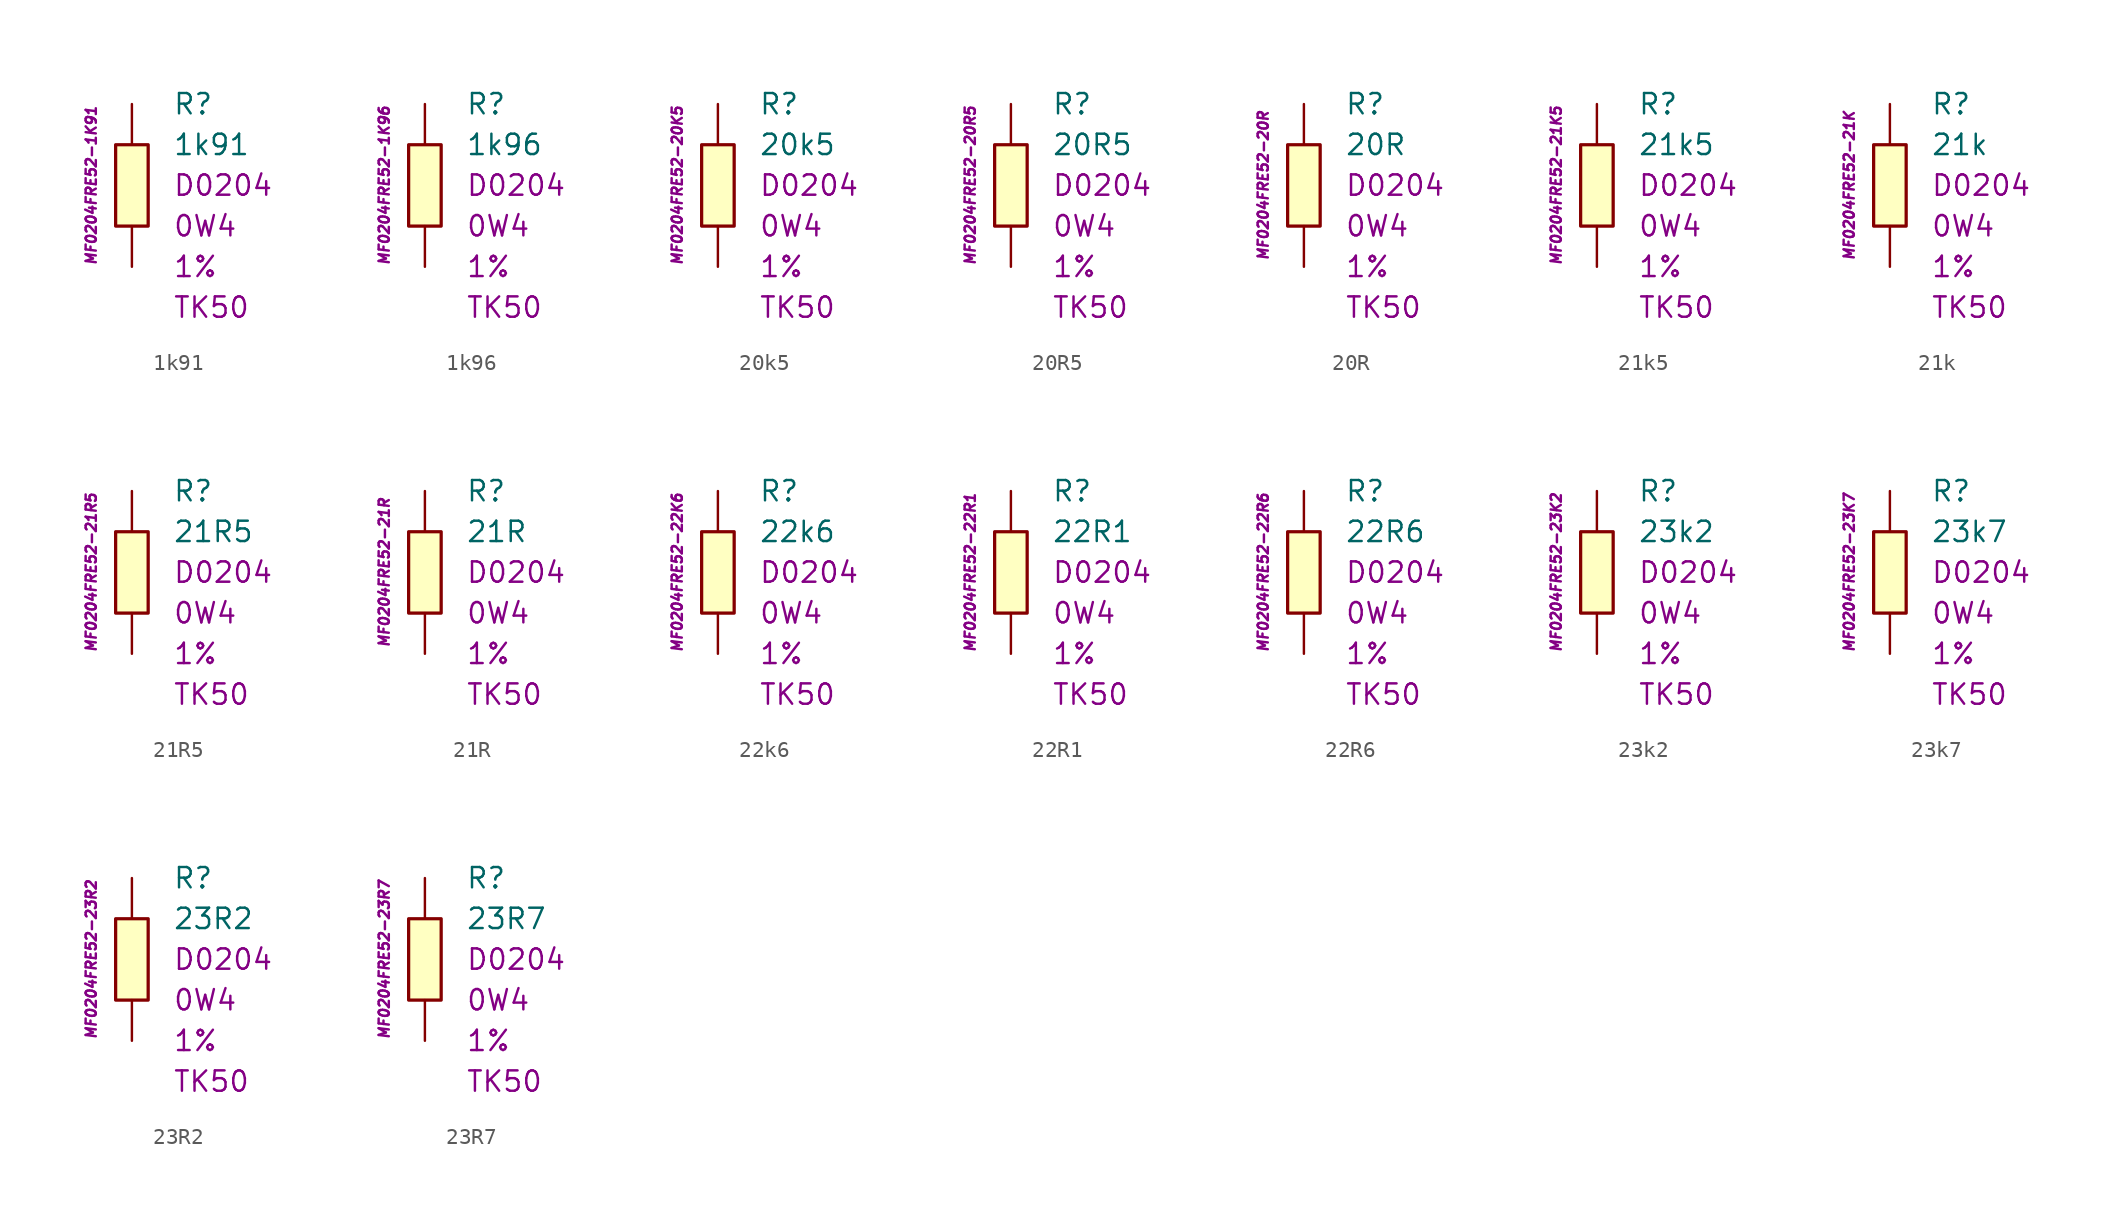
<source format=kicad_sym>
(kicad_symbol_lib
  (version 20201005)
  (generator kicad_symbol_editor)
  (symbol "1k91"
    (pin_numbers hide)
    (pin_names
      (offset 1.016) hide)
    (property "Reference" "R"
      (at 2.54 5.08 0)
      (effects (font (size 1.27 1.27)) (justify left)))
    (property "Value" "1k91"
      (at 2.54 2.54 0)
      (effects (font (size 1.27 1.27)) (justify left)))
    (property "Package" "D0204"
      (at 2.54 0 0)
      (effects (font (size 1.27 1.27)) (justify left)))
    (property "Power" "0W4"
      (at 2.54 -2.54 0)
      (effects (font (size 1.27 1.27)) (justify left)))
    (property "Tolerance" "1%"
      (at 2.54 -5.08 0)
      (effects (font (size 1.27 1.27)) (justify left)))
    (property "TK" "TK50"
      (at 2.54 -7.62 0)
      (effects (font (size 1.27 1.27)) (justify left)))
    (property "ID" "MF0204FRE52-1K91"
      (at -2.54 0 90)
      (effects (font (size 0.635 0.635) italic)))
    (symbol "1k91_0_1"
      (rectangle (start -1.016 2.54) (end 1.016 -2.54) (stroke (width 0.203)) (fill (type background))))
    (symbol "1k91_1_1"
      (pin passive line (at 0 5.08 270) (length 2.54) (name "~" (effects (font (size 1.778 1.778)))) (number "1" (effects (font (size 1.778 1.778)))))
      (pin passive line (at 0 -5.08 90) (length 2.54) (name "~" (effects (font (size 1.778 1.778)))) (number "2" (effects (font (size 1.778 1.778)))))))
  (symbol "1k96"
    (pin_numbers hide)
    (pin_names
      (offset 1.016) hide)
    (property "Reference" "R"
      (at 2.54 5.08 0)
      (effects (font (size 1.27 1.27)) (justify left)))
    (property "Value" "1k96"
      (at 2.54 2.54 0)
      (effects (font (size 1.27 1.27)) (justify left)))
    (property "Package" "D0204"
      (at 2.54 0 0)
      (effects (font (size 1.27 1.27)) (justify left)))
    (property "Power" "0W4"
      (at 2.54 -2.54 0)
      (effects (font (size 1.27 1.27)) (justify left)))
    (property "Tolerance" "1%"
      (at 2.54 -5.08 0)
      (effects (font (size 1.27 1.27)) (justify left)))
    (property "TK" "TK50"
      (at 2.54 -7.62 0)
      (effects (font (size 1.27 1.27)) (justify left)))
    (property "ID" "MF0204FRE52-1K96"
      (at -2.54 0 90)
      (effects (font (size 0.635 0.635) italic)))
    (symbol "1k96_0_1"
      (rectangle (start -1.016 2.54) (end 1.016 -2.54) (stroke (width 0.203)) (fill (type background))))
    (symbol "1k96_1_1"
      (pin passive line (at 0 5.08 270) (length 2.54) (name "~" (effects (font (size 1.778 1.778)))) (number "1" (effects (font (size 1.778 1.778)))))
      (pin passive line (at 0 -5.08 90) (length 2.54) (name "~" (effects (font (size 1.778 1.778)))) (number "2" (effects (font (size 1.778 1.778)))))))
  (symbol "20k5"
    (pin_numbers hide)
    (pin_names
      (offset 1.016) hide)
    (property "Reference" "R"
      (at 2.54 5.08 0)
      (effects (font (size 1.27 1.27)) (justify left)))
    (property "Value" "20k5"
      (at 2.54 2.54 0)
      (effects (font (size 1.27 1.27)) (justify left)))
    (property "Package" "D0204"
      (at 2.54 0 0)
      (effects (font (size 1.27 1.27)) (justify left)))
    (property "Power" "0W4"
      (at 2.54 -2.54 0)
      (effects (font (size 1.27 1.27)) (justify left)))
    (property "Tolerance" "1%"
      (at 2.54 -5.08 0)
      (effects (font (size 1.27 1.27)) (justify left)))
    (property "TK" "TK50"
      (at 2.54 -7.62 0)
      (effects (font (size 1.27 1.27)) (justify left)))
    (property "ID" "MF0204FRE52-20K5"
      (at -2.54 0 90)
      (effects (font (size 0.635 0.635) italic)))
    (symbol "20k5_0_1"
      (rectangle (start -1.016 2.54) (end 1.016 -2.54) (stroke (width 0.203)) (fill (type background))))
    (symbol "20k5_1_1"
      (pin passive line (at 0 5.08 270) (length 2.54) (name "~" (effects (font (size 1.778 1.778)))) (number "1" (effects (font (size 1.778 1.778)))))
      (pin passive line (at 0 -5.08 90) (length 2.54) (name "~" (effects (font (size 1.778 1.778)))) (number "2" (effects (font (size 1.778 1.778)))))))
  (symbol "20R5"
    (pin_numbers hide)
    (pin_names
      (offset 1.016) hide)
    (property "Reference" "R"
      (at 2.54 5.08 0)
      (effects (font (size 1.27 1.27)) (justify left)))
    (property "Value" "20R5"
      (at 2.54 2.54 0)
      (effects (font (size 1.27 1.27)) (justify left)))
    (property "Package" "D0204"
      (at 2.54 0 0)
      (effects (font (size 1.27 1.27)) (justify left)))
    (property "Power" "0W4"
      (at 2.54 -2.54 0)
      (effects (font (size 1.27 1.27)) (justify left)))
    (property "Tolerance" "1%"
      (at 2.54 -5.08 0)
      (effects (font (size 1.27 1.27)) (justify left)))
    (property "TK" "TK50"
      (at 2.54 -7.62 0)
      (effects (font (size 1.27 1.27)) (justify left)))
    (property "ID" "MF0204FRE52-20R5"
      (at -2.54 0 90)
      (effects (font (size 0.635 0.635) italic)))
    (symbol "20R5_0_1"
      (rectangle (start -1.016 2.54) (end 1.016 -2.54) (stroke (width 0.203)) (fill (type background))))
    (symbol "20R5_1_1"
      (pin passive line (at 0 5.08 270) (length 2.54) (name "~" (effects (font (size 1.778 1.778)))) (number "1" (effects (font (size 1.778 1.778)))))
      (pin passive line (at 0 -5.08 90) (length 2.54) (name "~" (effects (font (size 1.778 1.778)))) (number "2" (effects (font (size 1.778 1.778)))))))
  (symbol "20R"
    (pin_numbers hide)
    (pin_names
      (offset 1.016) hide)
    (property "Reference" "R"
      (at 2.54 5.08 0)
      (effects (font (size 1.27 1.27)) (justify left)))
    (property "Value" "20R"
      (at 2.54 2.54 0)
      (effects (font (size 1.27 1.27)) (justify left)))
    (property "Package" "D0204"
      (at 2.54 0 0)
      (effects (font (size 1.27 1.27)) (justify left)))
    (property "Power" "0W4"
      (at 2.54 -2.54 0)
      (effects (font (size 1.27 1.27)) (justify left)))
    (property "Tolerance" "1%"
      (at 2.54 -5.08 0)
      (effects (font (size 1.27 1.27)) (justify left)))
    (property "TK" "TK50"
      (at 2.54 -7.62 0)
      (effects (font (size 1.27 1.27)) (justify left)))
    (property "ID" "MF0204FRE52-20R"
      (at -2.54 0 90)
      (effects (font (size 0.635 0.635) italic)))
    (symbol "20R_0_1"
      (rectangle (start -1.016 2.54) (end 1.016 -2.54) (stroke (width 0.203)) (fill (type background))))
    (symbol "20R_1_1"
      (pin passive line (at 0 5.08 270) (length 2.54) (name "~" (effects (font (size 1.778 1.778)))) (number "1" (effects (font (size 1.778 1.778)))))
      (pin passive line (at 0 -5.08 90) (length 2.54) (name "~" (effects (font (size 1.778 1.778)))) (number "2" (effects (font (size 1.778 1.778)))))))
  (symbol "21k5"
    (pin_numbers hide)
    (pin_names
      (offset 1.016) hide)
    (property "Reference" "R"
      (at 2.54 5.08 0)
      (effects (font (size 1.27 1.27)) (justify left)))
    (property "Value" "21k5"
      (at 2.54 2.54 0)
      (effects (font (size 1.27 1.27)) (justify left)))
    (property "Package" "D0204"
      (at 2.54 0 0)
      (effects (font (size 1.27 1.27)) (justify left)))
    (property "Power" "0W4"
      (at 2.54 -2.54 0)
      (effects (font (size 1.27 1.27)) (justify left)))
    (property "Tolerance" "1%"
      (at 2.54 -5.08 0)
      (effects (font (size 1.27 1.27)) (justify left)))
    (property "TK" "TK50"
      (at 2.54 -7.62 0)
      (effects (font (size 1.27 1.27)) (justify left)))
    (property "ID" "MF0204FRE52-21K5"
      (at -2.54 0 90)
      (effects (font (size 0.635 0.635) italic)))
    (symbol "21k5_0_1"
      (rectangle (start -1.016 2.54) (end 1.016 -2.54) (stroke (width 0.203)) (fill (type background))))
    (symbol "21k5_1_1"
      (pin passive line (at 0 5.08 270) (length 2.54) (name "~" (effects (font (size 1.778 1.778)))) (number "1" (effects (font (size 1.778 1.778)))))
      (pin passive line (at 0 -5.08 90) (length 2.54) (name "~" (effects (font (size 1.778 1.778)))) (number "2" (effects (font (size 1.778 1.778)))))))
  (symbol "21k"
    (pin_numbers hide)
    (pin_names
      (offset 1.016) hide)
    (property "Reference" "R"
      (at 2.54 5.08 0)
      (effects (font (size 1.27 1.27)) (justify left)))
    (property "Value" "21k"
      (at 2.54 2.54 0)
      (effects (font (size 1.27 1.27)) (justify left)))
    (property "Package" "D0204"
      (at 2.54 0 0)
      (effects (font (size 1.27 1.27)) (justify left)))
    (property "Power" "0W4"
      (at 2.54 -2.54 0)
      (effects (font (size 1.27 1.27)) (justify left)))
    (property "Tolerance" "1%"
      (at 2.54 -5.08 0)
      (effects (font (size 1.27 1.27)) (justify left)))
    (property "TK" "TK50"
      (at 2.54 -7.62 0)
      (effects (font (size 1.27 1.27)) (justify left)))
    (property "ID" "MF0204FRE52-21K"
      (at -2.54 0 90)
      (effects (font (size 0.635 0.635) italic)))
    (symbol "21k_0_1"
      (rectangle (start -1.016 2.54) (end 1.016 -2.54) (stroke (width 0.203)) (fill (type background))))
    (symbol "21k_1_1"
      (pin passive line (at 0 5.08 270) (length 2.54) (name "~" (effects (font (size 1.778 1.778)))) (number "1" (effects (font (size 1.778 1.778)))))
      (pin passive line (at 0 -5.08 90) (length 2.54) (name "~" (effects (font (size 1.778 1.778)))) (number "2" (effects (font (size 1.778 1.778)))))))
  (symbol "21R5"
    (pin_numbers hide)
    (pin_names
      (offset 1.016) hide)
    (property "Reference" "R"
      (at 2.54 5.08 0)
      (effects (font (size 1.27 1.27)) (justify left)))
    (property "Value" "21R5"
      (at 2.54 2.54 0)
      (effects (font (size 1.27 1.27)) (justify left)))
    (property "Package" "D0204"
      (at 2.54 0 0)
      (effects (font (size 1.27 1.27)) (justify left)))
    (property "Power" "0W4"
      (at 2.54 -2.54 0)
      (effects (font (size 1.27 1.27)) (justify left)))
    (property "Tolerance" "1%"
      (at 2.54 -5.08 0)
      (effects (font (size 1.27 1.27)) (justify left)))
    (property "TK" "TK50"
      (at 2.54 -7.62 0)
      (effects (font (size 1.27 1.27)) (justify left)))
    (property "ID" "MF0204FRE52-21R5"
      (at -2.54 0 90)
      (effects (font (size 0.635 0.635) italic)))
    (symbol "21R5_0_1"
      (rectangle (start -1.016 2.54) (end 1.016 -2.54) (stroke (width 0.203)) (fill (type background))))
    (symbol "21R5_1_1"
      (pin passive line (at 0 5.08 270) (length 2.54) (name "~" (effects (font (size 1.778 1.778)))) (number "1" (effects (font (size 1.778 1.778)))))
      (pin passive line (at 0 -5.08 90) (length 2.54) (name "~" (effects (font (size 1.778 1.778)))) (number "2" (effects (font (size 1.778 1.778)))))))
  (symbol "21R"
    (pin_numbers hide)
    (pin_names
      (offset 1.016) hide)
    (property "Reference" "R"
      (at 2.54 5.08 0)
      (effects (font (size 1.27 1.27)) (justify left)))
    (property "Value" "21R"
      (at 2.54 2.54 0)
      (effects (font (size 1.27 1.27)) (justify left)))
    (property "Package" "D0204"
      (at 2.54 0 0)
      (effects (font (size 1.27 1.27)) (justify left)))
    (property "Power" "0W4"
      (at 2.54 -2.54 0)
      (effects (font (size 1.27 1.27)) (justify left)))
    (property "Tolerance" "1%"
      (at 2.54 -5.08 0)
      (effects (font (size 1.27 1.27)) (justify left)))
    (property "TK" "TK50"
      (at 2.54 -7.62 0)
      (effects (font (size 1.27 1.27)) (justify left)))
    (property "ID" "MF0204FRE52-21R"
      (at -2.54 0 90)
      (effects (font (size 0.635 0.635) italic)))
    (symbol "21R_0_1"
      (rectangle (start -1.016 2.54) (end 1.016 -2.54) (stroke (width 0.203)) (fill (type background))))
    (symbol "21R_1_1"
      (pin passive line (at 0 5.08 270) (length 2.54) (name "~" (effects (font (size 1.778 1.778)))) (number "1" (effects (font (size 1.778 1.778)))))
      (pin passive line (at 0 -5.08 90) (length 2.54) (name "~" (effects (font (size 1.778 1.778)))) (number "2" (effects (font (size 1.778 1.778)))))))
  (symbol "22k6"
    (pin_numbers hide)
    (pin_names
      (offset 1.016) hide)
    (property "Reference" "R"
      (at 2.54 5.08 0)
      (effects (font (size 1.27 1.27)) (justify left)))
    (property "Value" "22k6"
      (at 2.54 2.54 0)
      (effects (font (size 1.27 1.27)) (justify left)))
    (property "Package" "D0204"
      (at 2.54 0 0)
      (effects (font (size 1.27 1.27)) (justify left)))
    (property "Power" "0W4"
      (at 2.54 -2.54 0)
      (effects (font (size 1.27 1.27)) (justify left)))
    (property "Tolerance" "1%"
      (at 2.54 -5.08 0)
      (effects (font (size 1.27 1.27)) (justify left)))
    (property "TK" "TK50"
      (at 2.54 -7.62 0)
      (effects (font (size 1.27 1.27)) (justify left)))
    (property "ID" "MF0204FRE52-22K6"
      (at -2.54 0 90)
      (effects (font (size 0.635 0.635) italic)))
    (symbol "22k6_0_1"
      (rectangle (start -1.016 2.54) (end 1.016 -2.54) (stroke (width 0.203)) (fill (type background))))
    (symbol "22k6_1_1"
      (pin passive line (at 0 5.08 270) (length 2.54) (name "~" (effects (font (size 1.778 1.778)))) (number "1" (effects (font (size 1.778 1.778)))))
      (pin passive line (at 0 -5.08 90) (length 2.54) (name "~" (effects (font (size 1.778 1.778)))) (number "2" (effects (font (size 1.778 1.778)))))))
  (symbol "22R1"
    (pin_numbers hide)
    (pin_names
      (offset 1.016) hide)
    (property "Reference" "R"
      (at 2.54 5.08 0)
      (effects (font (size 1.27 1.27)) (justify left)))
    (property "Value" "22R1"
      (at 2.54 2.54 0)
      (effects (font (size 1.27 1.27)) (justify left)))
    (property "Package" "D0204"
      (at 2.54 0 0)
      (effects (font (size 1.27 1.27)) (justify left)))
    (property "Power" "0W4"
      (at 2.54 -2.54 0)
      (effects (font (size 1.27 1.27)) (justify left)))
    (property "Tolerance" "1%"
      (at 2.54 -5.08 0)
      (effects (font (size 1.27 1.27)) (justify left)))
    (property "TK" "TK50"
      (at 2.54 -7.62 0)
      (effects (font (size 1.27 1.27)) (justify left)))
    (property "ID" "MF0204FRE52-22R1"
      (at -2.54 0 90)
      (effects (font (size 0.635 0.635) italic)))
    (symbol "22R1_0_1"
      (rectangle (start -1.016 2.54) (end 1.016 -2.54) (stroke (width 0.203)) (fill (type background))))
    (symbol "22R1_1_1"
      (pin passive line (at 0 5.08 270) (length 2.54) (name "~" (effects (font (size 1.778 1.778)))) (number "1" (effects (font (size 1.778 1.778)))))
      (pin passive line (at 0 -5.08 90) (length 2.54) (name "~" (effects (font (size 1.778 1.778)))) (number "2" (effects (font (size 1.778 1.778)))))))
  (symbol "22R6"
    (pin_numbers hide)
    (pin_names
      (offset 1.016) hide)
    (property "Reference" "R"
      (at 2.54 5.08 0)
      (effects (font (size 1.27 1.27)) (justify left)))
    (property "Value" "22R6"
      (at 2.54 2.54 0)
      (effects (font (size 1.27 1.27)) (justify left)))
    (property "Package" "D0204"
      (at 2.54 0 0)
      (effects (font (size 1.27 1.27)) (justify left)))
    (property "Power" "0W4"
      (at 2.54 -2.54 0)
      (effects (font (size 1.27 1.27)) (justify left)))
    (property "Tolerance" "1%"
      (at 2.54 -5.08 0)
      (effects (font (size 1.27 1.27)) (justify left)))
    (property "TK" "TK50"
      (at 2.54 -7.62 0)
      (effects (font (size 1.27 1.27)) (justify left)))
    (property "ID" "MF0204FRE52-22R6"
      (at -2.54 0 90)
      (effects (font (size 0.635 0.635) italic)))
    (symbol "22R6_0_1"
      (rectangle (start -1.016 2.54) (end 1.016 -2.54) (stroke (width 0.203)) (fill (type background))))
    (symbol "22R6_1_1"
      (pin passive line (at 0 5.08 270) (length 2.54) (name "~" (effects (font (size 1.778 1.778)))) (number "1" (effects (font (size 1.778 1.778)))))
      (pin passive line (at 0 -5.08 90) (length 2.54) (name "~" (effects (font (size 1.778 1.778)))) (number "2" (effects (font (size 1.778 1.778)))))))
  (symbol "23k2"
    (pin_numbers hide)
    (pin_names
      (offset 1.016) hide)
    (property "Reference" "R"
      (at 2.54 5.08 0)
      (effects (font (size 1.27 1.27)) (justify left)))
    (property "Value" "23k2"
      (at 2.54 2.54 0)
      (effects (font (size 1.27 1.27)) (justify left)))
    (property "Package" "D0204"
      (at 2.54 0 0)
      (effects (font (size 1.27 1.27)) (justify left)))
    (property "Power" "0W4"
      (at 2.54 -2.54 0)
      (effects (font (size 1.27 1.27)) (justify left)))
    (property "Tolerance" "1%"
      (at 2.54 -5.08 0)
      (effects (font (size 1.27 1.27)) (justify left)))
    (property "TK" "TK50"
      (at 2.54 -7.62 0)
      (effects (font (size 1.27 1.27)) (justify left)))
    (property "ID" "MF0204FRE52-23K2"
      (at -2.54 0 90)
      (effects (font (size 0.635 0.635) italic)))
    (symbol "23k2_0_1"
      (rectangle (start -1.016 2.54) (end 1.016 -2.54) (stroke (width 0.203)) (fill (type background))))
    (symbol "23k2_1_1"
      (pin passive line (at 0 5.08 270) (length 2.54) (name "~" (effects (font (size 1.778 1.778)))) (number "1" (effects (font (size 1.778 1.778)))))
      (pin passive line (at 0 -5.08 90) (length 2.54) (name "~" (effects (font (size 1.778 1.778)))) (number "2" (effects (font (size 1.778 1.778)))))))
  (symbol "23k7"
    (pin_numbers hide)
    (pin_names
      (offset 1.016) hide)
    (property "Reference" "R"
      (at 2.54 5.08 0)
      (effects (font (size 1.27 1.27)) (justify left)))
    (property "Value" "23k7"
      (at 2.54 2.54 0)
      (effects (font (size 1.27 1.27)) (justify left)))
    (property "Package" "D0204"
      (at 2.54 0 0)
      (effects (font (size 1.27 1.27)) (justify left)))
    (property "Power" "0W4"
      (at 2.54 -2.54 0)
      (effects (font (size 1.27 1.27)) (justify left)))
    (property "Tolerance" "1%"
      (at 2.54 -5.08 0)
      (effects (font (size 1.27 1.27)) (justify left)))
    (property "TK" "TK50"
      (at 2.54 -7.62 0)
      (effects (font (size 1.27 1.27)) (justify left)))
    (property "ID" "MF0204FRE52-23K7"
      (at -2.54 0 90)
      (effects (font (size 0.635 0.635) italic)))
    (symbol "23k7_0_1"
      (rectangle (start -1.016 2.54) (end 1.016 -2.54) (stroke (width 0.203)) (fill (type background))))
    (symbol "23k7_1_1"
      (pin passive line (at 0 5.08 270) (length 2.54) (name "~" (effects (font (size 1.778 1.778)))) (number "1" (effects (font (size 1.778 1.778)))))
      (pin passive line (at 0 -5.08 90) (length 2.54) (name "~" (effects (font (size 1.778 1.778)))) (number "2" (effects (font (size 1.778 1.778)))))))
  (symbol "23R2"
    (pin_numbers hide)
    (pin_names
      (offset 1.016) hide)
    (property "Reference" "R"
      (at 2.54 5.08 0)
      (effects (font (size 1.27 1.27)) (justify left)))
    (property "Value" "23R2"
      (at 2.54 2.54 0)
      (effects (font (size 1.27 1.27)) (justify left)))
    (property "Package" "D0204"
      (at 2.54 0 0)
      (effects (font (size 1.27 1.27)) (justify left)))
    (property "Power" "0W4"
      (at 2.54 -2.54 0)
      (effects (font (size 1.27 1.27)) (justify left)))
    (property "Tolerance" "1%"
      (at 2.54 -5.08 0)
      (effects (font (size 1.27 1.27)) (justify left)))
    (property "TK" "TK50"
      (at 2.54 -7.62 0)
      (effects (font (size 1.27 1.27)) (justify left)))
    (property "ID" "MF0204FRE52-23R2"
      (at -2.54 0 90)
      (effects (font (size 0.635 0.635) italic)))
    (symbol "23R2_0_1"
      (rectangle (start -1.016 2.54) (end 1.016 -2.54) (stroke (width 0.203)) (fill (type background))))
    (symbol "23R2_1_1"
      (pin passive line (at 0 5.08 270) (length 2.54) (name "~" (effects (font (size 1.778 1.778)))) (number "1" (effects (font (size 1.778 1.778)))))
      (pin passive line (at 0 -5.08 90) (length 2.54) (name "~" (effects (font (size 1.778 1.778)))) (number "2" (effects (font (size 1.778 1.778)))))))
  (symbol "23R7"
    (pin_numbers hide)
    (pin_names
      (offset 1.016) hide)
    (property "Reference" "R"
      (at 2.54 5.08 0)
      (effects (font (size 1.27 1.27)) (justify left)))
    (property "Value" "23R7"
      (at 2.54 2.54 0)
      (effects (font (size 1.27 1.27)) (justify left)))
    (property "Package" "D0204"
      (at 2.54 0 0)
      (effects (font (size 1.27 1.27)) (justify left)))
    (property "Power" "0W4"
      (at 2.54 -2.54 0)
      (effects (font (size 1.27 1.27)) (justify left)))
    (property "Tolerance" "1%"
      (at 2.54 -5.08 0)
      (effects (font (size 1.27 1.27)) (justify left)))
    (property "TK" "TK50"
      (at 2.54 -7.62 0)
      (effects (font (size 1.27 1.27)) (justify left)))
    (property "ID" "MF0204FRE52-23R7"
      (at -2.54 0 90)
      (effects (font (size 0.635 0.635) italic)))
    (symbol "23R7_0_1"
      (rectangle (start -1.016 2.54) (end 1.016 -2.54) (stroke (width 0.203)) (fill (type background))))
    (symbol "23R7_1_1"
      (pin passive line (at 0 5.08 270) (length 2.54) (name "~" (effects (font (size 1.778 1.778)))) (number "1" (effects (font (size 1.778 1.778)))))
      (pin passive line (at 0 -5.08 90) (length 2.54) (name "~" (effects (font (size 1.778 1.778)))) (number "2" (effects (font (size 1.778 1.778))))))))
</source>
